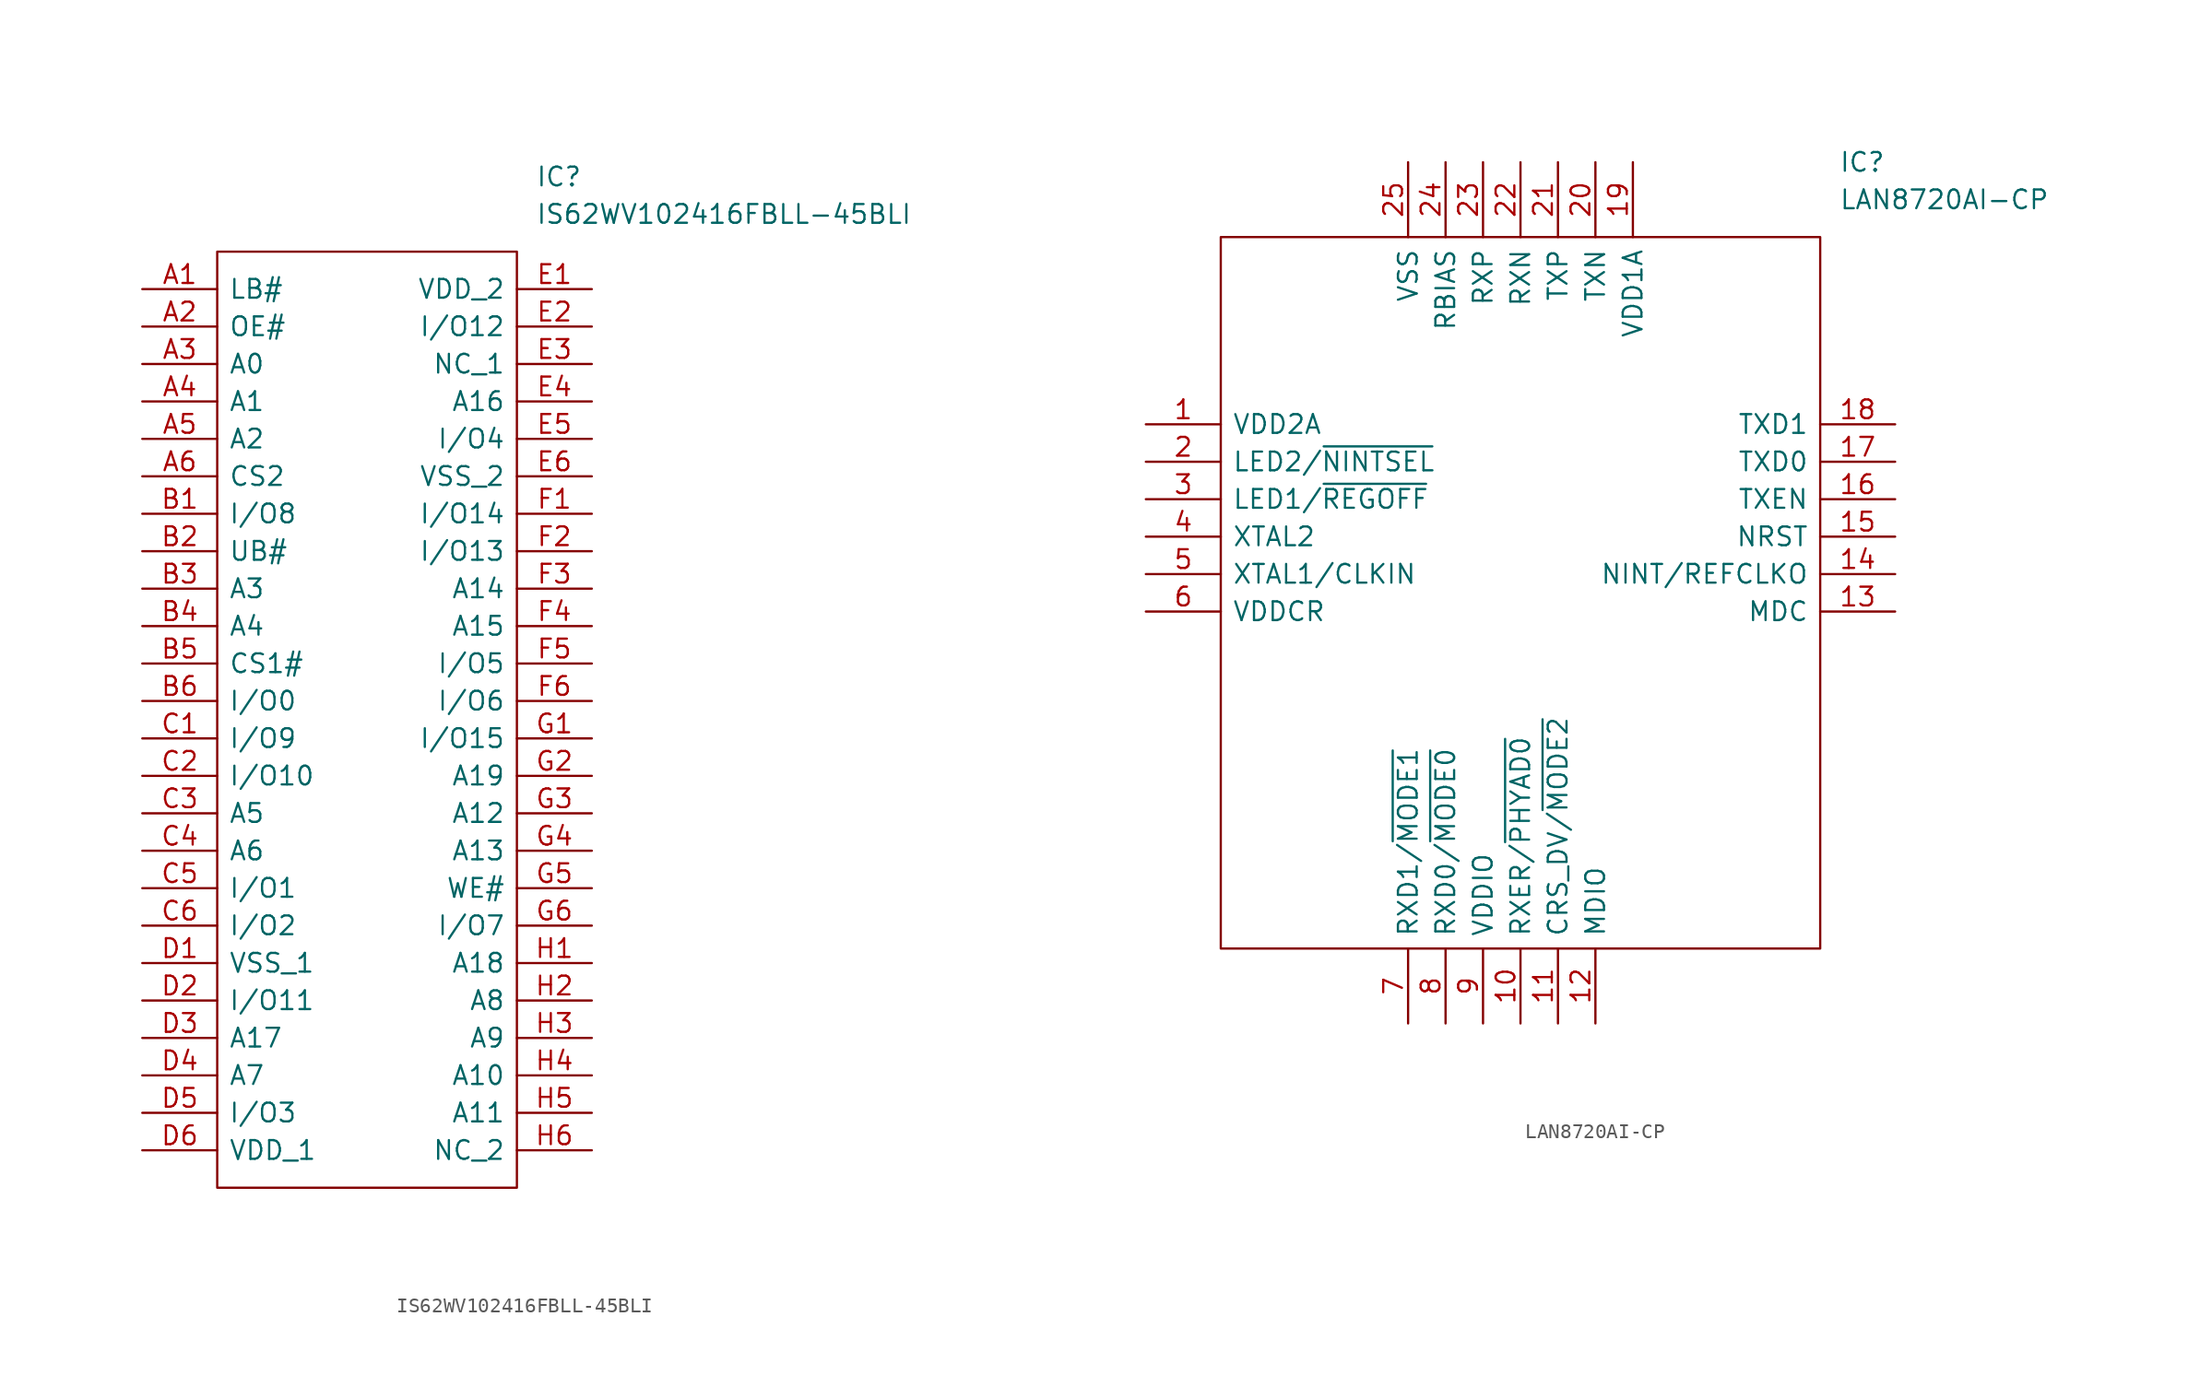
<source format=kicad_sym>
(kicad_symbol_lib
  (version 20211014)
  (generator kicad_symbol_editor)
  (symbol "IS62WV102416FBLL-45BLI"
    (pin_names
      (offset 0.762))
    (property "Reference" "IC"
      (at 26.67 7.62 0)
      (effects (font (size 1.27 1.27)) (justify left)))
    (property "Value" "IS62WV102416FBLL-45BLI"
      (at 26.67 5.08 0)
      (effects (font (size 1.27 1.27)) (justify left)))
    (symbol "IS62WV102416FBLL-45BLI_0_0"
      (pin passive line (at 0 0 0) (length 5.08) (name "LB#" (effects (font (size 1.27 1.27)))) (number "A1" (effects (font (size 1.27 1.27)))))
      (pin passive line (at 0 -2.54 0) (length 5.08) (name "OE#" (effects (font (size 1.27 1.27)))) (number "A2" (effects (font (size 1.27 1.27)))))
      (pin passive line (at 0 -5.08 0) (length 5.08) (name "A0" (effects (font (size 1.27 1.27)))) (number "A3" (effects (font (size 1.27 1.27)))))
      (pin passive line (at 0 -7.62 0) (length 5.08) (name "A1" (effects (font (size 1.27 1.27)))) (number "A4" (effects (font (size 1.27 1.27)))))
      (pin passive line (at 0 -10.16 0) (length 5.08) (name "A2" (effects (font (size 1.27 1.27)))) (number "A5" (effects (font (size 1.27 1.27)))))
      (pin passive line (at 0 -12.7 0) (length 5.08) (name "CS2" (effects (font (size 1.27 1.27)))) (number "A6" (effects (font (size 1.27 1.27)))))
      (pin passive line (at 0 -15.24 0) (length 5.08) (name "I/O8" (effects (font (size 1.27 1.27)))) (number "B1" (effects (font (size 1.27 1.27)))))
      (pin passive line (at 0 -17.78 0) (length 5.08) (name "UB#" (effects (font (size 1.27 1.27)))) (number "B2" (effects (font (size 1.27 1.27)))))
      (pin passive line (at 0 -20.32 0) (length 5.08) (name "A3" (effects (font (size 1.27 1.27)))) (number "B3" (effects (font (size 1.27 1.27)))))
      (pin passive line (at 0 -22.86 0) (length 5.08) (name "A4" (effects (font (size 1.27 1.27)))) (number "B4" (effects (font (size 1.27 1.27)))))
      (pin passive line (at 0 -25.4 0) (length 5.08) (name "CS1#" (effects (font (size 1.27 1.27)))) (number "B5" (effects (font (size 1.27 1.27)))))
      (pin passive line (at 0 -27.94 0) (length 5.08) (name "I/O0" (effects (font (size 1.27 1.27)))) (number "B6" (effects (font (size 1.27 1.27)))))
      (pin passive line (at 0 -30.48 0) (length 5.08) (name "I/O9" (effects (font (size 1.27 1.27)))) (number "C1" (effects (font (size 1.27 1.27)))))
      (pin passive line (at 0 -33.02 0) (length 5.08) (name "I/O10" (effects (font (size 1.27 1.27)))) (number "C2" (effects (font (size 1.27 1.27)))))
      (pin passive line (at 0 -35.56 0) (length 5.08) (name "A5" (effects (font (size 1.27 1.27)))) (number "C3" (effects (font (size 1.27 1.27)))))
      (pin passive line (at 0 -38.1 0) (length 5.08) (name "A6" (effects (font (size 1.27 1.27)))) (number "C4" (effects (font (size 1.27 1.27)))))
      (pin passive line (at 0 -40.64 0) (length 5.08) (name "I/O1" (effects (font (size 1.27 1.27)))) (number "C5" (effects (font (size 1.27 1.27)))))
      (pin passive line (at 0 -43.18 0) (length 5.08) (name "I/O2" (effects (font (size 1.27 1.27)))) (number "C6" (effects (font (size 1.27 1.27)))))
      (pin passive line (at 0 -45.72 0) (length 5.08) (name "VSS_1" (effects (font (size 1.27 1.27)))) (number "D1" (effects (font (size 1.27 1.27)))))
      (pin passive line (at 0 -48.26 0) (length 5.08) (name "I/O11" (effects (font (size 1.27 1.27)))) (number "D2" (effects (font (size 1.27 1.27)))))
      (pin passive line (at 0 -50.8 0) (length 5.08) (name "A17" (effects (font (size 1.27 1.27)))) (number "D3" (effects (font (size 1.27 1.27)))))
      (pin passive line (at 0 -53.34 0) (length 5.08) (name "A7" (effects (font (size 1.27 1.27)))) (number "D4" (effects (font (size 1.27 1.27)))))
      (pin passive line (at 0 -55.88 0) (length 5.08) (name "I/O3" (effects (font (size 1.27 1.27)))) (number "D5" (effects (font (size 1.27 1.27)))))
      (pin passive line (at 0 -58.42 0) (length 5.08) (name "VDD_1" (effects (font (size 1.27 1.27)))) (number "D6" (effects (font (size 1.27 1.27)))))
      (pin passive line (at 30.48 0 180) (length 5.08) (name "VDD_2" (effects (font (size 1.27 1.27)))) (number "E1" (effects (font (size 1.27 1.27)))))
      (pin passive line (at 30.48 -2.54 180) (length 5.08) (name "I/O12" (effects (font (size 1.27 1.27)))) (number "E2" (effects (font (size 1.27 1.27)))))
      (pin passive line (at 30.48 -5.08 180) (length 5.08) (name "NC_1" (effects (font (size 1.27 1.27)))) (number "E3" (effects (font (size 1.27 1.27)))))
      (pin passive line (at 30.48 -7.62 180) (length 5.08) (name "A16" (effects (font (size 1.27 1.27)))) (number "E4" (effects (font (size 1.27 1.27)))))
      (pin passive line (at 30.48 -10.16 180) (length 5.08) (name "I/O4" (effects (font (size 1.27 1.27)))) (number "E5" (effects (font (size 1.27 1.27)))))
      (pin passive line (at 30.48 -12.7 180) (length 5.08) (name "VSS_2" (effects (font (size 1.27 1.27)))) (number "E6" (effects (font (size 1.27 1.27)))))
      (pin passive line (at 30.48 -15.24 180) (length 5.08) (name "I/O14" (effects (font (size 1.27 1.27)))) (number "F1" (effects (font (size 1.27 1.27)))))
      (pin passive line (at 30.48 -17.78 180) (length 5.08) (name "I/O13" (effects (font (size 1.27 1.27)))) (number "F2" (effects (font (size 1.27 1.27)))))
      (pin passive line (at 30.48 -20.32 180) (length 5.08) (name "A14" (effects (font (size 1.27 1.27)))) (number "F3" (effects (font (size 1.27 1.27)))))
      (pin passive line (at 30.48 -22.86 180) (length 5.08) (name "A15" (effects (font (size 1.27 1.27)))) (number "F4" (effects (font (size 1.27 1.27)))))
      (pin passive line (at 30.48 -25.4 180) (length 5.08) (name "I/O5" (effects (font (size 1.27 1.27)))) (number "F5" (effects (font (size 1.27 1.27)))))
      (pin passive line (at 30.48 -27.94 180) (length 5.08) (name "I/O6" (effects (font (size 1.27 1.27)))) (number "F6" (effects (font (size 1.27 1.27)))))
      (pin passive line (at 30.48 -30.48 180) (length 5.08) (name "I/O15" (effects (font (size 1.27 1.27)))) (number "G1" (effects (font (size 1.27 1.27)))))
      (pin passive line (at 30.48 -33.02 180) (length 5.08) (name "A19" (effects (font (size 1.27 1.27)))) (number "G2" (effects (font (size 1.27 1.27)))))
      (pin passive line (at 30.48 -35.56 180) (length 5.08) (name "A12" (effects (font (size 1.27 1.27)))) (number "G3" (effects (font (size 1.27 1.27)))))
      (pin passive line (at 30.48 -38.1 180) (length 5.08) (name "A13" (effects (font (size 1.27 1.27)))) (number "G4" (effects (font (size 1.27 1.27)))))
      (pin passive line (at 30.48 -40.64 180) (length 5.08) (name "WE#" (effects (font (size 1.27 1.27)))) (number "G5" (effects (font (size 1.27 1.27)))))
      (pin passive line (at 30.48 -43.18 180) (length 5.08) (name "I/O7" (effects (font (size 1.27 1.27)))) (number "G6" (effects (font (size 1.27 1.27)))))
      (pin passive line (at 30.48 -45.72 180) (length 5.08) (name "A18" (effects (font (size 1.27 1.27)))) (number "H1" (effects (font (size 1.27 1.27)))))
      (pin passive line (at 30.48 -48.26 180) (length 5.08) (name "A8" (effects (font (size 1.27 1.27)))) (number "H2" (effects (font (size 1.27 1.27)))))
      (pin passive line (at 30.48 -50.8 180) (length 5.08) (name "A9" (effects (font (size 1.27 1.27)))) (number "H3" (effects (font (size 1.27 1.27)))))
      (pin passive line (at 30.48 -53.34 180) (length 5.08) (name "A10" (effects (font (size 1.27 1.27)))) (number "H4" (effects (font (size 1.27 1.27)))))
      (pin passive line (at 30.48 -55.88 180) (length 5.08) (name "A11" (effects (font (size 1.27 1.27)))) (number "H5" (effects (font (size 1.27 1.27)))))
      (pin passive line (at 30.48 -58.42 180) (length 5.08) (name "NC_2" (effects (font (size 1.27 1.27)))) (number "H6" (effects (font (size 1.27 1.27))))))
    (symbol "IS62WV102416FBLL-45BLI_0_1"
      (polyline (pts (xy 5.08 2.54) (xy 25.4 2.54) (xy 25.4 -60.96) (xy 5.08 -60.96) (xy 5.08 2.54)) (stroke (width 0.152) (type default) (color 0 0 0 0)) (fill (type none)))))
  (symbol "LAN8720AI-CP"
    (pin_names
      (offset 0.762))
    (property "Reference" "IC"
      (at 46.99 17.78 0)
      (effects (font (size 1.27 1.27)) (justify left)))
    (property "Value" "LAN8720AI-CP"
      (at 46.99 15.24 0)
      (effects (font (size 1.27 1.27)) (justify left)))
    (symbol "LAN8720AI-CP_0_0"
      (pin passive line (at 0 0 0) (length 5.08) (name "VDD2A" (effects (font (size 1.27 1.27)))) (number "1" (effects (font (size 1.27 1.27)))))
      (pin passive line (at 25.4 -40.64 90) (length 5.08) (name "RXER/~{PHYAD0}" (effects (font (size 1.27 1.27)))) (number "10" (effects (font (size 1.27 1.27)))))
      (pin passive line (at 27.94 -40.64 90) (length 5.08) (name "CRS_DV/~{MODE2}" (effects (font (size 1.27 1.27)))) (number "11" (effects (font (size 1.27 1.27)))))
      (pin passive line (at 30.48 -40.64 90) (length 5.08) (name "MDIO" (effects (font (size 1.27 1.27)))) (number "12" (effects (font (size 1.27 1.27)))))
      (pin passive line (at 50.8 -12.7 180) (length 5.08) (name "MDC" (effects (font (size 1.27 1.27)))) (number "13" (effects (font (size 1.27 1.27)))))
      (pin passive line (at 50.8 -10.16 180) (length 5.08) (name "NINT/REFCLKO" (effects (font (size 1.27 1.27)))) (number "14" (effects (font (size 1.27 1.27)))))
      (pin passive line (at 50.8 -7.62 180) (length 5.08) (name "NRST" (effects (font (size 1.27 1.27)))) (number "15" (effects (font (size 1.27 1.27)))))
      (pin passive line (at 50.8 -5.08 180) (length 5.08) (name "TXEN" (effects (font (size 1.27 1.27)))) (number "16" (effects (font (size 1.27 1.27)))))
      (pin passive line (at 50.8 -2.54 180) (length 5.08) (name "TXD0" (effects (font (size 1.27 1.27)))) (number "17" (effects (font (size 1.27 1.27)))))
      (pin passive line (at 50.8 0 180) (length 5.08) (name "TXD1" (effects (font (size 1.27 1.27)))) (number "18" (effects (font (size 1.27 1.27)))))
      (pin passive line (at 33.02 17.78 270) (length 5.08) (name "VDD1A" (effects (font (size 1.27 1.27)))) (number "19" (effects (font (size 1.27 1.27)))))
      (pin passive line (at 0 -2.54 0) (length 5.08) (name "LED2/~{NINTSEL}" (effects (font (size 1.27 1.27)))) (number "2" (effects (font (size 1.27 1.27)))))
      (pin passive line (at 30.48 17.78 270) (length 5.08) (name "TXN" (effects (font (size 1.27 1.27)))) (number "20" (effects (font (size 1.27 1.27)))))
      (pin passive line (at 27.94 17.78 270) (length 5.08) (name "TXP" (effects (font (size 1.27 1.27)))) (number "21" (effects (font (size 1.27 1.27)))))
      (pin passive line (at 25.4 17.78 270) (length 5.08) (name "RXN" (effects (font (size 1.27 1.27)))) (number "22" (effects (font (size 1.27 1.27)))))
      (pin passive line (at 22.86 17.78 270) (length 5.08) (name "RXP" (effects (font (size 1.27 1.27)))) (number "23" (effects (font (size 1.27 1.27)))))
      (pin passive line (at 20.32 17.78 270) (length 5.08) (name "RBIAS" (effects (font (size 1.27 1.27)))) (number "24" (effects (font (size 1.27 1.27)))))
      (pin passive line (at 17.78 17.78 270) (length 5.08) (name "VSS" (effects (font (size 1.27 1.27)))) (number "25" (effects (font (size 1.27 1.27)))))
      (pin passive line (at 0 -5.08 0) (length 5.08) (name "LED1/~{REGOFF}" (effects (font (size 1.27 1.27)))) (number "3" (effects (font (size 1.27 1.27)))))
      (pin passive line (at 0 -7.62 0) (length 5.08) (name "XTAL2" (effects (font (size 1.27 1.27)))) (number "4" (effects (font (size 1.27 1.27)))))
      (pin passive line (at 0 -10.16 0) (length 5.08) (name "XTAL1/CLKIN" (effects (font (size 1.27 1.27)))) (number "5" (effects (font (size 1.27 1.27)))))
      (pin passive line (at 0 -12.7 0) (length 5.08) (name "VDDCR" (effects (font (size 1.27 1.27)))) (number "6" (effects (font (size 1.27 1.27)))))
      (pin passive line (at 17.78 -40.64 90) (length 5.08) (name "RXD1/~{MODE1}" (effects (font (size 1.27 1.27)))) (number "7" (effects (font (size 1.27 1.27)))))
      (pin passive line (at 20.32 -40.64 90) (length 5.08) (name "RXD0/~{MODE0}" (effects (font (size 1.27 1.27)))) (number "8" (effects (font (size 1.27 1.27)))))
      (pin passive line (at 22.86 -40.64 90) (length 5.08) (name "VDDIO" (effects (font (size 1.27 1.27)))) (number "9" (effects (font (size 1.27 1.27))))))
    (symbol "LAN8720AI-CP_0_1"
      (polyline (pts (xy 5.08 12.7) (xy 45.72 12.7) (xy 45.72 -35.56) (xy 5.08 -35.56) (xy 5.08 12.7)) (stroke (width 0.152) (type default) (color 0 0 0 0)) (fill (type none))))))
</source>
